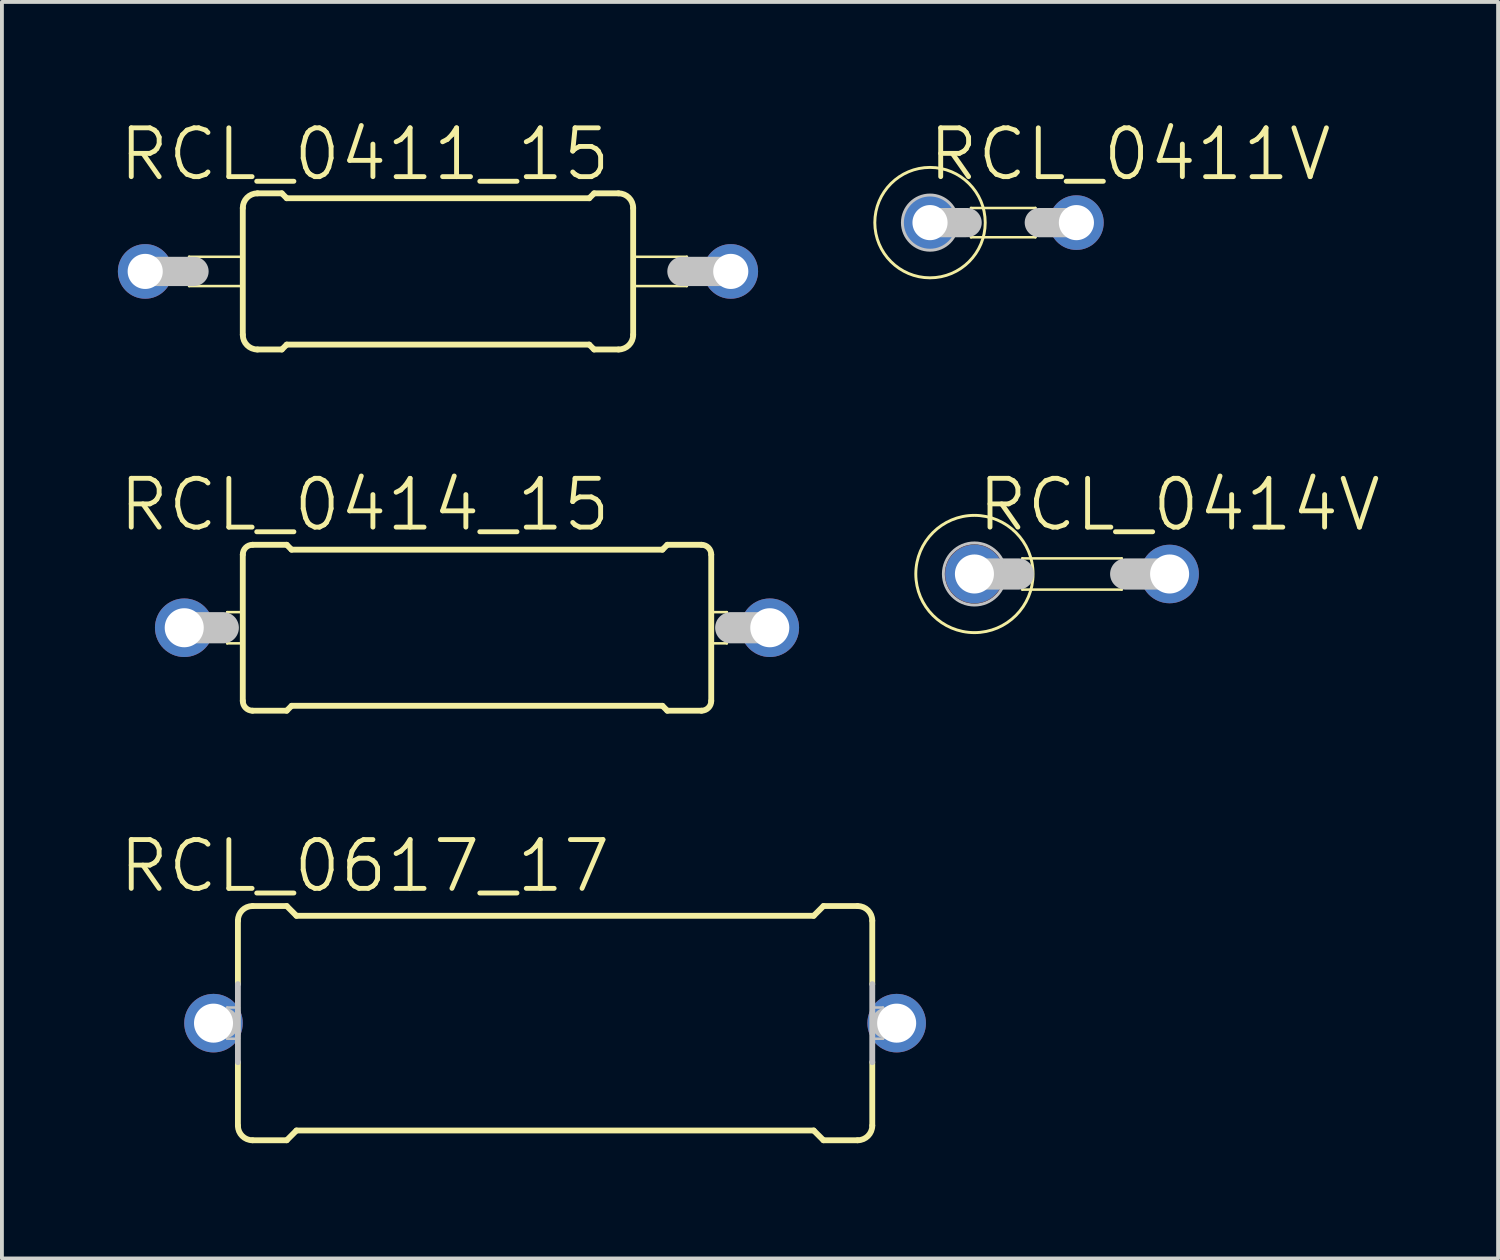
<source format=kicad_pcb>
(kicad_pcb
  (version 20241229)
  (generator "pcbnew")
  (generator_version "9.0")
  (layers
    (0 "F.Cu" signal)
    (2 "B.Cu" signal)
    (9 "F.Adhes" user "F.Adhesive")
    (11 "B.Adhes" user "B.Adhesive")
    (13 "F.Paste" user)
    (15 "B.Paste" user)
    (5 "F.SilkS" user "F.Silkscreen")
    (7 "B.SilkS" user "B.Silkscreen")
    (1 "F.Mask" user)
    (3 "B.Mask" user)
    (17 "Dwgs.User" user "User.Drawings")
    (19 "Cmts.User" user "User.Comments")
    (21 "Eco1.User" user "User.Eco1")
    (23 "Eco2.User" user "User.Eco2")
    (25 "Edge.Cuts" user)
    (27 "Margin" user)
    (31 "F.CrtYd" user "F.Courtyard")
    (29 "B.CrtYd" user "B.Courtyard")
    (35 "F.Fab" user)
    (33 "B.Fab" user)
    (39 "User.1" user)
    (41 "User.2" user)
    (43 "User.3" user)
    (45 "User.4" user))
  (footprint "RCL_0411V"
    (layer "F.Cu")
    (at 23.695 2.744)
    (property "Reference" "RCL_0411V" (at 2.667 -1.778 0) (layer "F.SilkS") (effects (font (size 1.27 1.27) (thickness 0.127))))
    (attr exclude_from_pos_files exclude_from_bom)
    (fp_line (start -1.473 -0.381) (end 0.203 -0.381) (stroke (width 0.066) (type solid)) (layer "F.SilkS"))
    (fp_line (start -1.473 0.381) (end -1.473 -0.381) (stroke (width 0.066) (type solid)) (layer "F.SilkS"))
    (fp_line (start -1.473 0.381) (end 0.203 0.381) (stroke (width 0.066) (type solid)) (layer "F.SilkS"))
    (fp_line (start 0.203 0.381) (end 0.203 -0.381) (stroke (width 0.066) (type solid)) (layer "F.SilkS"))
    (fp_circle (center -2.54 0) (end -3.556 1.016) (stroke (width 0.076) (type solid)) (fill no) (layer "F.SilkS"))
    (fp_line (start -1.575 0) (end -2.54 0) (stroke (width 0.762) (type solid)) (layer "Dwgs.User"))
    (fp_line (start 1.27 0) (end 0.305 0) (stroke (width 0.762) (type solid)) (layer "Dwgs.User"))
    (fp_circle (center -2.54 0) (end -3.048 0.508) (stroke (width 0.076) (type solid)) (fill no) (layer "Dwgs.User"))
    (pad "1" thru_hole circle (at -2.54 0) (size 1.422 1.422) (drill 0.914) (layers "*.Cu" "*.Paste" "*.Mask"))
    (pad "2" thru_hole circle (at 1.27 0) (size 1.422 1.422) (drill 0.914) (layers "*.Cu" "*.Paste" "*.Mask")))
  (footprint "RCL_0617_17"
    (layer "F.Cu")
    (at 11.397 23.579)
    (property "Reference" "RCL_0617_17" (at -4.953 -4.089 0) (layer "F.SilkS") (effects (font (size 1.27 1.27) (thickness 0.127))))
    (attr exclude_from_pos_files exclude_from_bom)
    (fp_line (start -8.255 -1.016) (end -8.255 -2.667) (stroke (width 0.152) (type solid)) (layer "F.SilkS"))
    (fp_line (start -8.255 2.667) (end -8.255 1.016) (stroke (width 0.152) (type solid)) (layer "F.SilkS"))
    (fp_line (start -7.874 -3.048) (end -6.985 -3.048) (stroke (width 0.152) (type solid)) (layer "F.SilkS"))
    (fp_line (start -7.874 3.048) (end -6.985 3.048) (stroke (width 0.152) (type solid)) (layer "F.SilkS"))
    (fp_line (start -6.731 -2.794) (end -6.985 -3.048) (stroke (width 0.152) (type solid)) (layer "F.SilkS"))
    (fp_line (start -6.731 2.794) (end -6.985 3.048) (stroke (width 0.152) (type solid)) (layer "F.SilkS"))
    (fp_line (start 6.731 -2.794) (end -6.731 -2.794) (stroke (width 0.152) (type solid)) (layer "F.SilkS"))
    (fp_line (start 6.731 -2.794) (end 6.985 -3.048) (stroke (width 0.152) (type solid)) (layer "F.SilkS"))
    (fp_line (start 6.731 2.794) (end -6.731 2.794) (stroke (width 0.152) (type solid)) (layer "F.SilkS"))
    (fp_line (start 6.731 2.794) (end 6.985 3.048) (stroke (width 0.152) (type solid)) (layer "F.SilkS"))
    (fp_line (start 7.874 -3.048) (end 6.985 -3.048) (stroke (width 0.152) (type solid)) (layer "F.SilkS"))
    (fp_line (start 7.874 3.048) (end 6.985 3.048) (stroke (width 0.152) (type solid)) (layer "F.SilkS"))
    (fp_line (start 8.255 -1.016) (end 8.255 -2.667) (stroke (width 0.152) (type solid)) (layer "F.SilkS"))
    (fp_line (start 8.255 2.667) (end 8.255 1.016) (stroke (width 0.152) (type solid)) (layer "F.SilkS"))
    (fp_arc (start -8.255 -2.667) (mid -8.143408 -2.936408) (end -7.874 -3.048) (stroke (width 0.1524) (type solid)) (layer "F.SilkS"))
    (fp_arc (start -7.874 3.048) (mid -8.143408 2.936408) (end -8.255 2.667) (stroke (width 0.1524) (type solid)) (layer "F.SilkS"))
    (fp_arc (start 7.874 -3.048) (mid 8.143408 -2.936408) (end 8.255 -2.667) (stroke (width 0.1524) (type solid)) (layer "F.SilkS"))
    (fp_arc (start 8.255 2.667) (mid 8.143408 2.936408) (end 7.874 3.048) (stroke (width 0.1524) (type solid)) (layer "F.SilkS"))
    (fp_line (start -8.89 0) (end -8.636 0) (stroke (width 0.813) (type solid)) (layer "Dwgs.User"))
    (fp_line (start -8.534 -0.406) (end -8.23 -0.406) (stroke (width 0.066) (type solid)) (layer "Dwgs.User"))
    (fp_line (start -8.534 0.406) (end -8.534 -0.406) (stroke (width 0.066) (type solid)) (layer "Dwgs.User"))
    (fp_line (start -8.534 0.406) (end -8.23 0.406) (stroke (width 0.066) (type solid)) (layer "Dwgs.User"))
    (fp_line (start -8.255 -1.016) (end -8.255 1.016) (stroke (width 0.152) (type solid)) (layer "Dwgs.User"))
    (fp_line (start -8.23 0.406) (end -8.23 -0.406) (stroke (width 0.066) (type solid)) (layer "Dwgs.User"))
    (fp_line (start 8.23 -0.406) (end 8.534 -0.406) (stroke (width 0.066) (type solid)) (layer "Dwgs.User"))
    (fp_line (start 8.23 0.406) (end 8.23 -0.406) (stroke (width 0.066) (type solid)) (layer "Dwgs.User"))
    (fp_line (start 8.23 0.406) (end 8.534 0.406) (stroke (width 0.066) (type solid)) (layer "Dwgs.User"))
    (fp_line (start 8.255 -1.016) (end 8.255 1.016) (stroke (width 0.152) (type solid)) (layer "Dwgs.User"))
    (fp_line (start 8.534 0.406) (end 8.534 -0.406) (stroke (width 0.066) (type solid)) (layer "Dwgs.User"))
    (fp_line (start 8.636 0) (end 8.89 0) (stroke (width 0.813) (type solid)) (layer "Dwgs.User"))
    (pad "1" thru_hole circle (at -8.89 0) (size 1.524 1.524) (drill 1.016) (layers "*.Cu" "*.Paste" "*.Mask"))
    (pad "2" thru_hole circle (at 8.89 0) (size 1.524 1.524) (drill 1.016) (layers "*.Cu" "*.Paste" "*.Mask")))
  (footprint "RCL_0411_15"
    (layer "F.Cu")
    (at 8.349 4.014)
    (property "Reference" "RCL_0411_15" (at -1.905 -3.048 0) (layer "F.SilkS") (effects (font (size 1.27 1.27) (thickness 0.127))))
    (attr exclude_from_pos_files exclude_from_bom)
    (fp_line (start -6.477 -0.381) (end -5.08 -0.381) (stroke (width 0.066) (type solid)) (layer "F.SilkS"))
    (fp_line (start -6.477 0.381) (end -6.477 -0.381) (stroke (width 0.066) (type solid)) (layer "F.SilkS"))
    (fp_line (start -6.477 0.381) (end -5.08 0.381) (stroke (width 0.066) (type solid)) (layer "F.SilkS"))
    (fp_line (start -5.08 -1.651) (end -5.08 1.651) (stroke (width 0.152) (type solid)) (layer "F.SilkS"))
    (fp_line (start -5.08 0.381) (end -5.08 -0.381) (stroke (width 0.066) (type solid)) (layer "F.SilkS"))
    (fp_line (start -4.699 -2.032) (end -4.064 -2.032) (stroke (width 0.152) (type solid)) (layer "F.SilkS"))
    (fp_line (start -4.699 2.032) (end -4.064 2.032) (stroke (width 0.152) (type solid)) (layer "F.SilkS"))
    (fp_line (start -3.937 -1.905) (end -4.064 -2.032) (stroke (width 0.152) (type solid)) (layer "F.SilkS"))
    (fp_line (start -3.937 -1.905) (end 3.937 -1.905) (stroke (width 0.152) (type solid)) (layer "F.SilkS"))
    (fp_line (start -3.937 1.905) (end -4.064 2.032) (stroke (width 0.152) (type solid)) (layer "F.SilkS"))
    (fp_line (start -3.937 1.905) (end 3.937 1.905) (stroke (width 0.152) (type solid)) (layer "F.SilkS"))
    (fp_line (start 3.937 -1.905) (end 4.064 -2.032) (stroke (width 0.152) (type solid)) (layer "F.SilkS"))
    (fp_line (start 3.937 1.905) (end 4.064 2.032) (stroke (width 0.152) (type solid)) (layer "F.SilkS"))
    (fp_line (start 4.699 -2.032) (end 4.064 -2.032) (stroke (width 0.152) (type solid)) (layer "F.SilkS"))
    (fp_line (start 4.699 2.032) (end 4.064 2.032) (stroke (width 0.152) (type solid)) (layer "F.SilkS"))
    (fp_line (start 5.08 -0.381) (end 6.477 -0.381) (stroke (width 0.066) (type solid)) (layer "F.SilkS"))
    (fp_line (start 5.08 0.381) (end 5.08 -0.381) (stroke (width 0.066) (type solid)) (layer "F.SilkS"))
    (fp_line (start 5.08 0.381) (end 6.477 0.381) (stroke (width 0.066) (type solid)) (layer "F.SilkS"))
    (fp_line (start 5.08 1.651) (end 5.08 -1.651) (stroke (width 0.152) (type solid)) (layer "F.SilkS"))
    (fp_line (start 6.477 0.381) (end 6.477 -0.381) (stroke (width 0.066) (type solid)) (layer "F.SilkS"))
    (fp_arc (start -5.08 -1.651) (mid -4.968408 -1.920408) (end -4.699 -2.032) (stroke (width 0.1524) (type solid)) (layer "F.SilkS"))
    (fp_arc (start -4.699 2.032) (mid -4.968408 1.920408) (end -5.08 1.651) (stroke (width 0.1524) (type solid)) (layer "F.SilkS"))
    (fp_arc (start 4.699 -2.032) (mid 4.968408 -1.920408) (end 5.08 -1.651) (stroke (width 0.1524) (type solid)) (layer "F.SilkS"))
    (fp_arc (start 5.08 1.651) (mid 4.968408 1.920408) (end 4.699 2.032) (stroke (width 0.1524) (type solid)) (layer "F.SilkS"))
    (fp_line (start -7.62 0) (end -6.35 0) (stroke (width 0.762) (type solid)) (layer "Dwgs.User"))
    (fp_line (start 6.35 0) (end 7.62 0) (stroke (width 0.762) (type solid)) (layer "Dwgs.User"))
    (pad "1" thru_hole circle (at -7.62 0) (size 1.422 1.422) (drill 0.914) (layers "*.Cu" "*.Paste" "*.Mask"))
    (pad "2" thru_hole circle (at 7.62 0) (size 1.422 1.422) (drill 0.914) (layers "*.Cu" "*.Paste" "*.Mask")))
  (footprint "RCL_0414V"
    (layer "F.Cu")
    (at 24.851 11.889)
    (property "Reference" "RCL_0414V" (at 2.794 -1.801 0) (layer "F.SilkS") (effects (font (size 1.27 1.27) (thickness 0.127))))
    (attr exclude_from_pos_files exclude_from_bom)
    (fp_line (start -1.293 -0.406) (end 1.293 -0.406) (stroke (width 0.066) (type solid)) (layer "F.SilkS"))
    (fp_line (start -1.293 0.406) (end -1.293 -0.406) (stroke (width 0.066) (type solid)) (layer "F.SilkS"))
    (fp_line (start -1.293 0.406) (end 1.293 0.406) (stroke (width 0.066) (type solid)) (layer "F.SilkS"))
    (fp_line (start 1.293 0.406) (end 1.293 -0.406) (stroke (width 0.066) (type solid)) (layer "F.SilkS"))
    (fp_circle (center -2.54 0) (end -3.619 1.079) (stroke (width 0.076) (type solid)) (fill no) (layer "F.SilkS"))
    (fp_line (start -2.54 0) (end -1.397 0) (stroke (width 0.813) (type solid)) (layer "Dwgs.User"))
    (fp_line (start 2.54 0) (end 1.397 0) (stroke (width 0.813) (type solid)) (layer "Dwgs.User"))
    (fp_circle (center -2.54 0) (end -3.111 0.572) (stroke (width 0.076) (type solid)) (fill no) (layer "Dwgs.User"))
    (pad "1" thru_hole circle (at -2.54 0) (size 1.524 1.524) (drill 1.016) (layers "*.Cu" "*.Paste" "*.Mask"))
    (pad "2" thru_hole circle (at 2.54 0) (size 1.524 1.524) (drill 1.016) (layers "*.Cu" "*.Paste" "*.Mask")))
  (footprint "RCL_0414_15"
    (layer "F.Cu")
    (at 9.365 13.288)
    (property "Reference" "RCL_0414_15" (at -2.921 -3.2 0) (layer "F.SilkS") (effects (font (size 1.27 1.27) (thickness 0.127))))
    (attr exclude_from_pos_files exclude_from_bom)
    (fp_line (start -6.502 -0.406) (end -6.096 -0.406) (stroke (width 0.066) (type solid)) (layer "F.SilkS"))
    (fp_line (start -6.502 0.406) (end -6.502 -0.406) (stroke (width 0.066) (type solid)) (layer "F.SilkS"))
    (fp_line (start -6.502 0.406) (end -6.096 0.406) (stroke (width 0.066) (type solid)) (layer "F.SilkS"))
    (fp_line (start -6.096 0.406) (end -6.096 -0.406) (stroke (width 0.066) (type solid)) (layer "F.SilkS"))
    (fp_line (start -6.096 1.905) (end -6.096 -1.905) (stroke (width 0.152) (type solid)) (layer "F.SilkS"))
    (fp_line (start -5.842 -2.159) (end -4.953 -2.159) (stroke (width 0.152) (type solid)) (layer "F.SilkS"))
    (fp_line (start -5.842 2.159) (end -4.953 2.159) (stroke (width 0.152) (type solid)) (layer "F.SilkS"))
    (fp_line (start -4.826 -2.032) (end -4.953 -2.159) (stroke (width 0.152) (type solid)) (layer "F.SilkS"))
    (fp_line (start -4.826 2.032) (end -4.953 2.159) (stroke (width 0.152) (type solid)) (layer "F.SilkS"))
    (fp_line (start 4.826 -2.032) (end -4.826 -2.032) (stroke (width 0.152) (type solid)) (layer "F.SilkS"))
    (fp_line (start 4.826 -2.032) (end 4.953 -2.159) (stroke (width 0.152) (type solid)) (layer "F.SilkS"))
    (fp_line (start 4.826 2.032) (end -4.826 2.032) (stroke (width 0.152) (type solid)) (layer "F.SilkS"))
    (fp_line (start 4.826 2.032) (end 4.953 2.159) (stroke (width 0.152) (type solid)) (layer "F.SilkS"))
    (fp_line (start 5.842 -2.159) (end 4.953 -2.159) (stroke (width 0.152) (type solid)) (layer "F.SilkS"))
    (fp_line (start 5.842 2.159) (end 4.953 2.159) (stroke (width 0.152) (type solid)) (layer "F.SilkS"))
    (fp_line (start 6.096 -0.406) (end 6.502 -0.406) (stroke (width 0.066) (type solid)) (layer "F.SilkS"))
    (fp_line (start 6.096 0.406) (end 6.096 -0.406) (stroke (width 0.066) (type solid)) (layer "F.SilkS"))
    (fp_line (start 6.096 0.406) (end 6.502 0.406) (stroke (width 0.066) (type solid)) (layer "F.SilkS"))
    (fp_line (start 6.096 1.905) (end 6.096 -1.905) (stroke (width 0.152) (type solid)) (layer "F.SilkS"))
    (fp_line (start 6.502 0.406) (end 6.502 -0.406) (stroke (width 0.066) (type solid)) (layer "F.SilkS"))
    (fp_arc (start -6.096 -1.905) (mid -6.021605 -2.084605) (end -5.842 -2.159) (stroke (width 0.1524) (type solid)) (layer "F.SilkS"))
    (fp_arc (start -5.842 2.159) (mid -6.021605 2.084605) (end -6.096 1.905) (stroke (width 0.1524) (type solid)) (layer "F.SilkS"))
    (fp_arc (start 5.842 -2.159) (mid 6.021605 -2.084605) (end 6.096 -1.905) (stroke (width 0.1524) (type solid)) (layer "F.SilkS"))
    (fp_arc (start 6.096 1.905) (mid 6.021605 2.084605) (end 5.842 2.159) (stroke (width 0.1524) (type solid)) (layer "F.SilkS"))
    (fp_line (start -7.62 0) (end -6.604 0) (stroke (width 0.813) (type solid)) (layer "Dwgs.User"))
    (fp_line (start 7.62 0) (end 6.604 0) (stroke (width 0.813) (type solid)) (layer "Dwgs.User"))
    (pad "1" thru_hole circle (at -7.62 0) (size 1.524 1.524) (drill 1.016) (layers "*.Cu" "*.Paste" "*.Mask"))
    (pad "2" thru_hole circle (at 7.62 0) (size 1.524 1.524) (drill 1.016) (layers "*.Cu" "*.Paste" "*.Mask")))
  (gr_rect
    (start -3 -3)
    (end 35.94 29.703)
    (stroke (width 0.1) (type default))
    (fill no)
    (layer "Edge.Cuts")))
</source>
